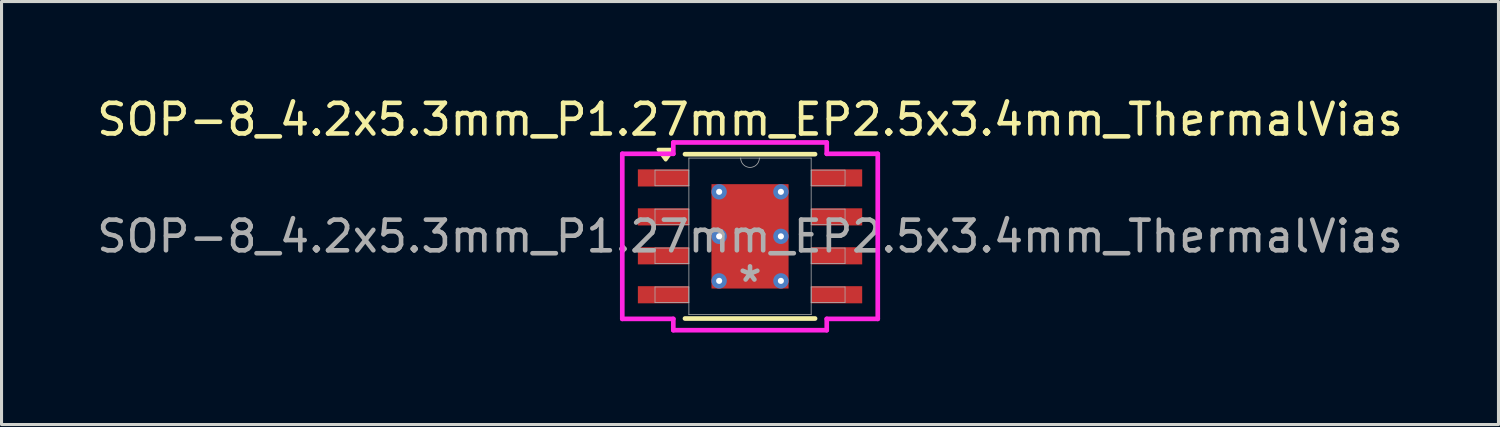
<source format=kicad_pcb>
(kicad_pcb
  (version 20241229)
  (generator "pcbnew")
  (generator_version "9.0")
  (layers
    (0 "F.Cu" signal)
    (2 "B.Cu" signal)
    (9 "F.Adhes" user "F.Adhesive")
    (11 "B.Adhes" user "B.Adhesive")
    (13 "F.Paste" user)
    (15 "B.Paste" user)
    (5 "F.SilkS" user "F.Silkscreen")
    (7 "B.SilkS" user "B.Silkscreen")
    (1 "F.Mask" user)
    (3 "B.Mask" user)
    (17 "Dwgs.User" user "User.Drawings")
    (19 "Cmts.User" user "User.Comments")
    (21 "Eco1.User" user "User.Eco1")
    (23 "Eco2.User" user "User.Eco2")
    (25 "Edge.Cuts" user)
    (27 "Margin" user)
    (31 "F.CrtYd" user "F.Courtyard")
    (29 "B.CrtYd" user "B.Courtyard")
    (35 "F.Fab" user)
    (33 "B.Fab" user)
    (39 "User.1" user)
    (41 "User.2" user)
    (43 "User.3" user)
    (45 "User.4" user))
  (footprint "SOP-8_4.2x5.3mm_P1.27mm_EP2.5x3.4mm_ThermalVias"
    (layer "F.Cu")
    (at 21.411 4.658)
    (property "Reference" "SOP-8_4.2x5.3mm_P1.27mm_EP2.5x3.4mm_ThermalVias" (at 0 -3.81 0) (unlocked yes) (layer "F.SilkS") (effects (font (size 1 1) (thickness 0.15))))
    (attr smd)
    (fp_line (start -2.121 2.68) (end 2.121 2.68) (stroke (width 0.152) (type solid)) (layer "F.SilkS"))
    (fp_line (start 2.121 -2.68) (end -2.121 -2.68) (stroke (width 0.152) (type solid)) (layer "F.SilkS"))
    (fp_poly (pts (xy -2.75 -2.5) (xy -2.99 -2.83) (xy -2.51 -2.83) (xy -2.75 -2.5)) (stroke (width 0.12) (type solid)) (fill yes) (layer "F.SilkS"))
    (fp_line (start -4.166 -2.692) (end -2.502 -2.692) (stroke (width 0.152) (type solid)) (layer "F.CrtYd"))
    (fp_line (start -4.166 2.692) (end -4.166 -2.692) (stroke (width 0.152) (type solid)) (layer "F.CrtYd"))
    (fp_line (start -4.166 2.692) (end -2.502 2.692) (stroke (width 0.152) (type solid)) (layer "F.CrtYd"))
    (fp_line (start -2.502 -3.061) (end 2.502 -3.061) (stroke (width 0.152) (type solid)) (layer "F.CrtYd"))
    (fp_line (start -2.502 -2.692) (end -2.502 -3.061) (stroke (width 0.152) (type solid)) (layer "F.CrtYd"))
    (fp_line (start -2.502 3.061) (end -2.502 2.692) (stroke (width 0.152) (type solid)) (layer "F.CrtYd"))
    (fp_line (start 2.502 -3.061) (end 2.502 -2.692) (stroke (width 0.152) (type solid)) (layer "F.CrtYd"))
    (fp_line (start 2.502 2.692) (end 2.502 3.061) (stroke (width 0.152) (type solid)) (layer "F.CrtYd"))
    (fp_line (start 2.502 3.061) (end -2.502 3.061) (stroke (width 0.152) (type solid)) (layer "F.CrtYd"))
    (fp_line (start 4.166 -2.692) (end 2.502 -2.692) (stroke (width 0.152) (type solid)) (layer "F.CrtYd"))
    (fp_line (start 4.166 -2.692) (end 4.166 2.692) (stroke (width 0.152) (type solid)) (layer "F.CrtYd"))
    (fp_line (start 4.166 2.692) (end 2.502 2.692) (stroke (width 0.152) (type solid)) (layer "F.CrtYd"))
    (fp_line (start -3.099 -2.159) (end -3.099 -1.651) (stroke (width 0.025) (type solid)) (layer "F.Fab"))
    (fp_line (start -3.099 -1.651) (end -1.994 -1.651) (stroke (width 0.025) (type solid)) (layer "F.Fab"))
    (fp_line (start -3.099 -0.889) (end -3.099 -0.381) (stroke (width 0.025) (type solid)) (layer "F.Fab"))
    (fp_line (start -3.099 -0.381) (end -1.994 -0.381) (stroke (width 0.025) (type solid)) (layer "F.Fab"))
    (fp_line (start -3.099 0.381) (end -3.099 0.889) (stroke (width 0.025) (type solid)) (layer "F.Fab"))
    (fp_line (start -3.099 0.889) (end -1.994 0.889) (stroke (width 0.025) (type solid)) (layer "F.Fab"))
    (fp_line (start -3.099 1.651) (end -3.099 2.159) (stroke (width 0.025) (type solid)) (layer "F.Fab"))
    (fp_line (start -3.099 2.159) (end -1.994 2.159) (stroke (width 0.025) (type solid)) (layer "F.Fab"))
    (fp_line (start -1.994 -2.553) (end -1.994 2.553) (stroke (width 0.025) (type solid)) (layer "F.Fab"))
    (fp_line (start -1.994 -2.159) (end -3.099 -2.159) (stroke (width 0.025) (type solid)) (layer "F.Fab"))
    (fp_line (start -1.994 -1.651) (end -1.994 -2.159) (stroke (width 0.025) (type solid)) (layer "F.Fab"))
    (fp_line (start -1.994 -0.889) (end -3.099 -0.889) (stroke (width 0.025) (type solid)) (layer "F.Fab"))
    (fp_line (start -1.994 -0.381) (end -1.994 -0.889) (stroke (width 0.025) (type solid)) (layer "F.Fab"))
    (fp_line (start -1.994 0.381) (end -3.099 0.381) (stroke (width 0.025) (type solid)) (layer "F.Fab"))
    (fp_line (start -1.994 0.889) (end -1.994 0.381) (stroke (width 0.025) (type solid)) (layer "F.Fab"))
    (fp_line (start -1.994 1.651) (end -3.099 1.651) (stroke (width 0.025) (type solid)) (layer "F.Fab"))
    (fp_line (start -1.994 2.159) (end -1.994 1.651) (stroke (width 0.025) (type solid)) (layer "F.Fab"))
    (fp_line (start -1.994 2.553) (end 1.994 2.553) (stroke (width 0.025) (type solid)) (layer "F.Fab"))
    (fp_line (start 1.994 -2.553) (end -1.994 -2.553) (stroke (width 0.025) (type solid)) (layer "F.Fab"))
    (fp_line (start 1.994 -2.159) (end 1.994 -1.651) (stroke (width 0.025) (type solid)) (layer "F.Fab"))
    (fp_line (start 1.994 -1.651) (end 3.099 -1.651) (stroke (width 0.025) (type solid)) (layer "F.Fab"))
    (fp_line (start 1.994 -0.889) (end 1.994 -0.381) (stroke (width 0.025) (type solid)) (layer "F.Fab"))
    (fp_line (start 1.994 -0.381) (end 3.099 -0.381) (stroke (width 0.025) (type solid)) (layer "F.Fab"))
    (fp_line (start 1.994 0.381) (end 1.994 0.889) (stroke (width 0.025) (type solid)) (layer "F.Fab"))
    (fp_line (start 1.994 0.889) (end 3.099 0.889) (stroke (width 0.025) (type solid)) (layer "F.Fab"))
    (fp_line (start 1.994 1.651) (end 1.994 2.159) (stroke (width 0.025) (type solid)) (layer "F.Fab"))
    (fp_line (start 1.994 2.159) (end 3.099 2.159) (stroke (width 0.025) (type solid)) (layer "F.Fab"))
    (fp_line (start 1.994 2.553) (end 1.994 -2.553) (stroke (width 0.025) (type solid)) (layer "F.Fab"))
    (fp_line (start 3.099 -2.159) (end 1.994 -2.159) (stroke (width 0.025) (type solid)) (layer "F.Fab"))
    (fp_line (start 3.099 -1.651) (end 3.099 -2.159) (stroke (width 0.025) (type solid)) (layer "F.Fab"))
    (fp_line (start 3.099 -0.889) (end 1.994 -0.889) (stroke (width 0.025) (type solid)) (layer "F.Fab"))
    (fp_line (start 3.099 -0.381) (end 3.099 -0.889) (stroke (width 0.025) (type solid)) (layer "F.Fab"))
    (fp_line (start 3.099 0.381) (end 1.994 0.381) (stroke (width 0.025) (type solid)) (layer "F.Fab"))
    (fp_line (start 3.099 0.889) (end 3.099 0.381) (stroke (width 0.025) (type solid)) (layer "F.Fab"))
    (fp_line (start 3.099 1.651) (end 1.994 1.651) (stroke (width 0.025) (type solid)) (layer "F.Fab"))
    (fp_line (start 3.099 2.159) (end 3.099 1.651) (stroke (width 0.025) (type solid)) (layer "F.Fab"))
    (fp_arc (start 0.3048 -2.5527) (mid 0 -2.2479) (end -0.3048 -2.5527) (stroke (width 0.0254) (type solid)) (layer "F.Fab"))
    (fp_text user "${REFERENCE}" (at 0 0 0) (unlocked yes) (layer "F.Fab") (effects (font (size 1 1) (thickness 0.15))))
    (fp_text user "*" (at 0 1.524 0) (layer "F.Fab") (effects (font (size 1 1) (thickness 0.15))))
    (pad "" smd roundrect (at -0.6 -0.775) (size 0.97 1.25) (layers "F.Paste") (roundrect_rratio 0.25))
    (pad "" smd roundrect (at -0.6 0.775) (size 0.97 1.25) (layers "F.Paste") (roundrect_rratio 0.25))
    (pad "" smd roundrect (at 0.6 -0.775) (size 0.97 1.25) (layers "F.Paste") (roundrect_rratio 0.25))
    (pad "" smd roundrect (at 0.6 0.775) (size 0.97 1.25) (layers "F.Paste") (roundrect_rratio 0.25))
    (pad "1" smd rect (at -2.826 -1.905) (size 1.664 0.559) (layers "F.Cu" "F.Mask" "F.Paste"))
    (pad "2" smd rect (at -2.826 -0.635) (size 1.664 0.559) (layers "F.Cu" "F.Mask" "F.Paste"))
    (pad "3" smd rect (at -2.826 0.635) (size 1.664 0.559) (layers "F.Cu" "F.Mask" "F.Paste"))
    (pad "4" smd rect (at -2.826 1.905) (size 1.664 0.559) (layers "F.Cu" "F.Mask" "F.Paste"))
    (pad "5" smd rect (at 2.826 1.905) (size 1.664 0.559) (layers "F.Cu" "F.Mask" "F.Paste"))
    (pad "6" smd rect (at 2.826 0.635) (size 1.664 0.559) (layers "F.Cu" "F.Mask" "F.Paste"))
    (pad "7" smd rect (at 2.826 -0.635) (size 1.664 0.559) (layers "F.Cu" "F.Mask" "F.Paste"))
    (pad "8" smd rect (at 2.826 -1.905) (size 1.664 0.559) (layers "F.Cu" "F.Mask" "F.Paste"))
    (pad "9" thru_hole circle (at -1.007 -1.452) (size 0.5 0.5) (drill 0.2) (layers "*.Cu"))
    (pad "9" thru_hole circle (at -1.007 0) (size 0.5 0.5) (drill 0.2) (layers "*.Cu"))
    (pad "9" thru_hole circle (at -1.007 1.452) (size 0.5 0.5) (drill 0.2) (layers "*.Cu"))
    (pad "9" smd rect (at 0 0) (size 2.515 3.404) (layers "F.Cu" "F.Mask"))
    (pad "9" thru_hole circle (at 1.007 -1.452) (size 0.5 0.5) (drill 0.2) (layers "*.Cu"))
    (pad "9" thru_hole circle (at 1.007 0) (size 0.5 0.5) (drill 0.2) (layers "*.Cu"))
    (pad "9" thru_hole circle (at 1.007 1.452) (size 0.5 0.5) (drill 0.2) (layers "*.Cu")))
  (gr_rect
    (start -3 -3)
    (end 45.821 10.795)
    (stroke (width 0.1) (type default))
    (fill no)
    (layer "Edge.Cuts")))
</source>
